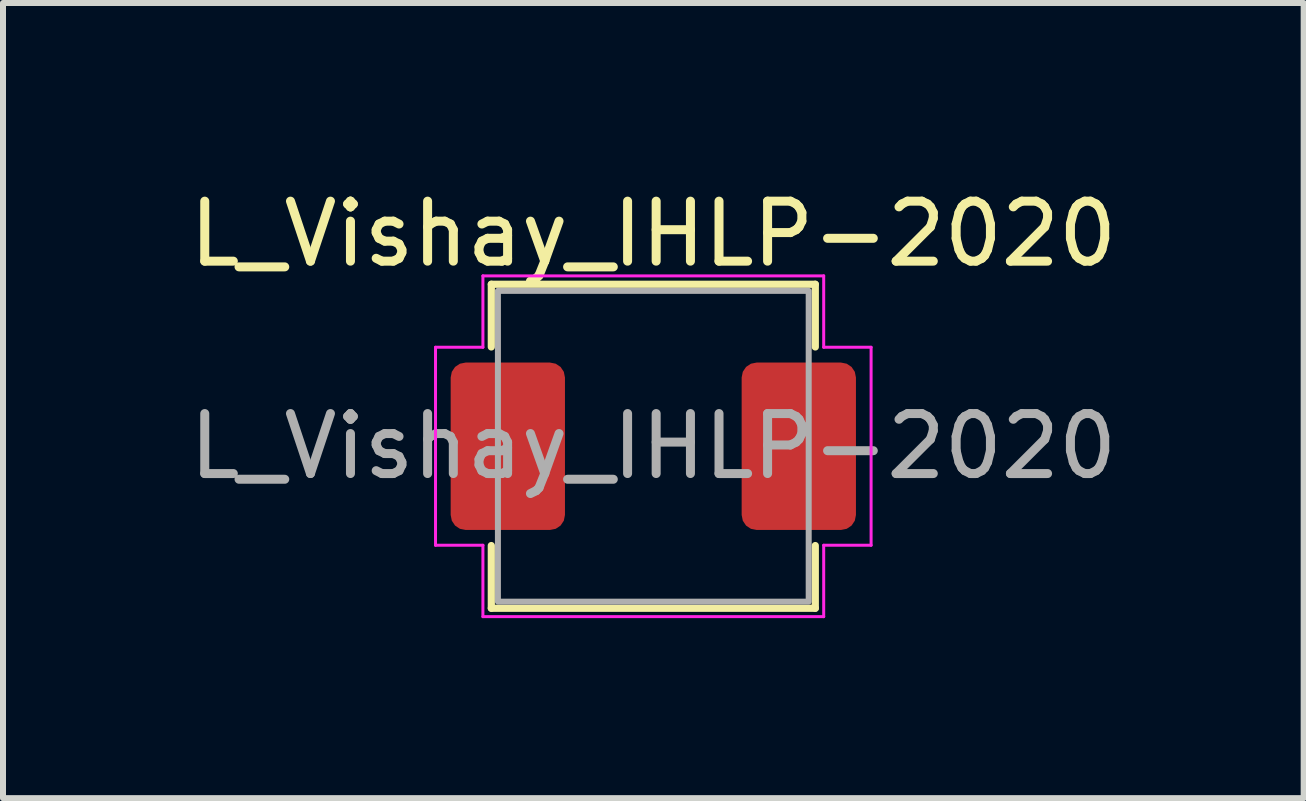
<source format=kicad_pcb>
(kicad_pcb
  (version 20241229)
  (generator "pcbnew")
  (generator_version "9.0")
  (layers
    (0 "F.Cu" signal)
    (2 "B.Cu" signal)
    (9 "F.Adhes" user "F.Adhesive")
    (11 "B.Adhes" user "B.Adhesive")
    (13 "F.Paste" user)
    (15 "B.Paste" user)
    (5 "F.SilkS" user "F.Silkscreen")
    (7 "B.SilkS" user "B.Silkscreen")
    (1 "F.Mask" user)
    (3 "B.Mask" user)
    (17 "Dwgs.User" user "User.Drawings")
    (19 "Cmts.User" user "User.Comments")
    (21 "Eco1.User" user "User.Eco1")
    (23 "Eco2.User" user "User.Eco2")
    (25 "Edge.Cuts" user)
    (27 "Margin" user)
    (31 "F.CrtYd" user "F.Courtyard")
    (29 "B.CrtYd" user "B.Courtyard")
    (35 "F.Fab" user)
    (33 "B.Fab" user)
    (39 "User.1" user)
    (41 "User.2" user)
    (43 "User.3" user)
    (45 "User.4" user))
  (footprint "L_Vishay_IHLP-2020"
    (layer "F.Cu")
    (at 7.839 4.388)
    (property "Reference" "L_Vishay_IHLP-2020" (at 0 -3.54 0) (layer "F.SilkS") (effects (font (size 1 1) (thickness 0.15))))
    (attr smd)
    (fp_line (start -2.7 -2.7) (end 2.7 -2.7) (stroke (width 0.12) (type solid)) (layer "F.SilkS"))
    (fp_line (start -2.7 -1.655) (end -2.7 -2.7) (stroke (width 0.12) (type solid)) (layer "F.SilkS"))
    (fp_line (start -2.7 2.7) (end -2.7 1.655) (stroke (width 0.12) (type solid)) (layer "F.SilkS"))
    (fp_line (start 2.7 -2.7) (end 2.7 -1.655) (stroke (width 0.12) (type solid)) (layer "F.SilkS"))
    (fp_line (start 2.7 1.655) (end 2.7 2.7) (stroke (width 0.12) (type solid)) (layer "F.SilkS"))
    (fp_line (start 2.7 2.7) (end -2.7 2.7) (stroke (width 0.12) (type solid)) (layer "F.SilkS"))
    (fp_line (start -3.63 -1.65) (end -2.84 -1.65) (stroke (width 0.05) (type solid)) (layer "F.CrtYd"))
    (fp_line (start -3.63 1.65) (end -3.63 -1.65) (stroke (width 0.05) (type solid)) (layer "F.CrtYd"))
    (fp_line (start -2.84 -2.84) (end 2.84 -2.84) (stroke (width 0.05) (type solid)) (layer "F.CrtYd"))
    (fp_line (start -2.84 -1.65) (end -2.84 -2.84) (stroke (width 0.05) (type solid)) (layer "F.CrtYd"))
    (fp_line (start -2.84 1.65) (end -3.63 1.65) (stroke (width 0.05) (type solid)) (layer "F.CrtYd"))
    (fp_line (start -2.84 2.84) (end -2.84 1.65) (stroke (width 0.05) (type solid)) (layer "F.CrtYd"))
    (fp_line (start 2.84 -2.84) (end 2.84 -1.65) (stroke (width 0.05) (type solid)) (layer "F.CrtYd"))
    (fp_line (start 2.84 -1.65) (end 3.63 -1.65) (stroke (width 0.05) (type solid)) (layer "F.CrtYd"))
    (fp_line (start 2.84 1.65) (end 2.84 2.84) (stroke (width 0.05) (type solid)) (layer "F.CrtYd"))
    (fp_line (start 2.84 2.84) (end -2.84 2.84) (stroke (width 0.05) (type solid)) (layer "F.CrtYd"))
    (fp_line (start 3.63 -1.65) (end 3.63 1.65) (stroke (width 0.05) (type solid)) (layer "F.CrtYd"))
    (fp_line (start 3.63 1.65) (end 2.84 1.65) (stroke (width 0.05) (type solid)) (layer "F.CrtYd"))
    (fp_rect (start -2.59 -2.59) (end 2.59 2.59) (stroke (width 0.1) (type solid)) (fill no) (layer "F.Fab"))
    (fp_text user "${REFERENCE}" (at 0 0 0) (layer "F.Fab") (effects (font (size 1 1) (thickness 0.15))))
    (pad "1" smd roundrect (at -2.425 0) (size 1.905 2.79) (layers "F.Cu" "F.Mask" "F.Paste") (roundrect_rratio 0.131))
    (pad "2" smd roundrect (at 2.425 0) (size 1.905 2.79) (layers "F.Cu" "F.Mask" "F.Paste") (roundrect_rratio 0.131)))
  (gr_rect
    (start -3 -3)
    (end 18.679 10.253)
    (stroke (width 0.1) (type default))
    (fill no)
    (layer "Edge.Cuts")))
</source>
